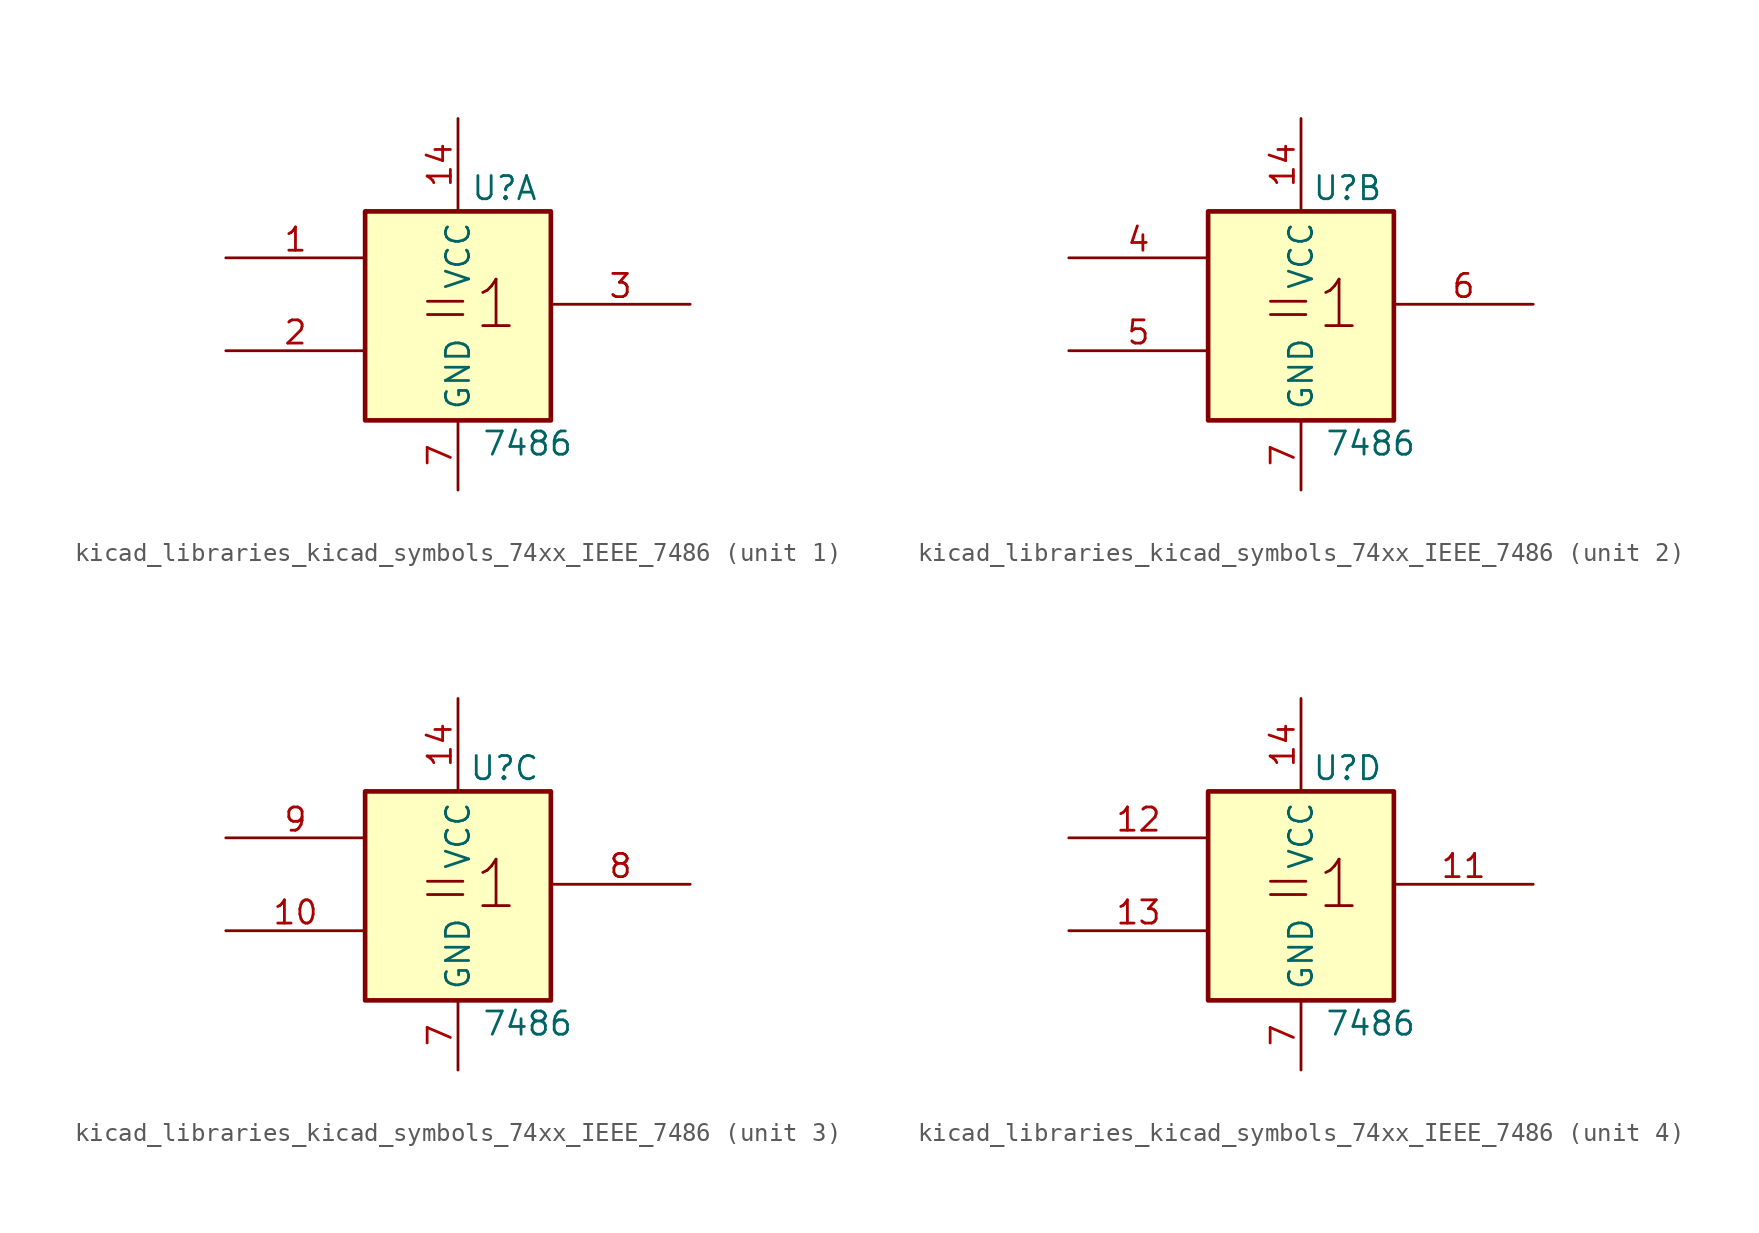
<source format=kicad_sym>
(kicad_symbol_lib
  (version 20220914)
  (generator kicad_symbol_editor)
  (symbol "kicad_libraries_kicad_symbols_74xx_IEEE_7486"
    (property "Reference" "U"
      (at 2.54 6.35 0)
      (effects (font (size 1.27 1.27))))
    (property "Value" "7486"
      (at 3.81 -7.62 0)
      (effects (font (size 1.27 1.27))))
    (symbol "kicad_libraries_kicad_symbols_74xx_IEEE_7486_0_1"
      (rectangle (start -5.08 5.08) (end 5.08 -6.35) (stroke (width 0.254) (type default)) (fill (type background)))
      (text "=1" (at 0.508 0 0) (effects (font (size 2.54 2.54))))
      (pin power_in line (at 0 10.16 270) (length 5.08) (name "VCC" (effects (font (size 1.27 1.27)))) (number "14" (effects (font (size 1.27 1.27)))))
      (pin power_in line (at 0 -10.16 90) (length 3.81) (name "GND" (effects (font (size 1.27 1.27)))) (number "7" (effects (font (size 1.27 1.27))))))
    (symbol "kicad_libraries_kicad_symbols_74xx_IEEE_7486_1_1"
      (pin input line (at -12.7 2.54 0) (length 7.62) (name "~" (effects (font (size 1.27 1.27)))) (number "1" (effects (font (size 1.27 1.27)))))
      (pin input line (at -12.7 -2.54 0) (length 7.62) (name "~" (effects (font (size 1.27 1.27)))) (number "2" (effects (font (size 1.27 1.27)))))
      (pin output line (at 12.7 0 180) (length 7.62) (name "~" (effects (font (size 1.27 1.27)))) (number "3" (effects (font (size 1.27 1.27))))))
    (symbol "kicad_libraries_kicad_symbols_74xx_IEEE_7486_2_1"
      (pin input line (at -12.7 2.54 0) (length 7.62) (name "~" (effects (font (size 1.27 1.27)))) (number "4" (effects (font (size 1.27 1.27)))))
      (pin input line (at -12.7 -2.54 0) (length 7.62) (name "~" (effects (font (size 1.27 1.27)))) (number "5" (effects (font (size 1.27 1.27)))))
      (pin output line (at 12.7 0 180) (length 7.62) (name "~" (effects (font (size 1.27 1.27)))) (number "6" (effects (font (size 1.27 1.27))))))
    (symbol "kicad_libraries_kicad_symbols_74xx_IEEE_7486_3_1"
      (pin input line (at -12.7 -2.54 0) (length 7.62) (name "~" (effects (font (size 1.27 1.27)))) (number "10" (effects (font (size 1.27 1.27)))))
      (pin output line (at 12.7 0 180) (length 7.62) (name "~" (effects (font (size 1.27 1.27)))) (number "8" (effects (font (size 1.27 1.27)))))
      (pin input line (at -12.7 2.54 0) (length 7.62) (name "~" (effects (font (size 1.27 1.27)))) (number "9" (effects (font (size 1.27 1.27))))))
    (symbol "kicad_libraries_kicad_symbols_74xx_IEEE_7486_4_1"
      (pin output line (at 12.7 0 180) (length 7.62) (name "~" (effects (font (size 1.27 1.27)))) (number "11" (effects (font (size 1.27 1.27)))))
      (pin input line (at -12.7 2.54 0) (length 7.62) (name "~" (effects (font (size 1.27 1.27)))) (number "12" (effects (font (size 1.27 1.27)))))
      (pin input line (at -12.7 -2.54 0) (length 7.62) (name "~" (effects (font (size 1.27 1.27)))) (number "13" (effects (font (size 1.27 1.27))))))))
</source>
